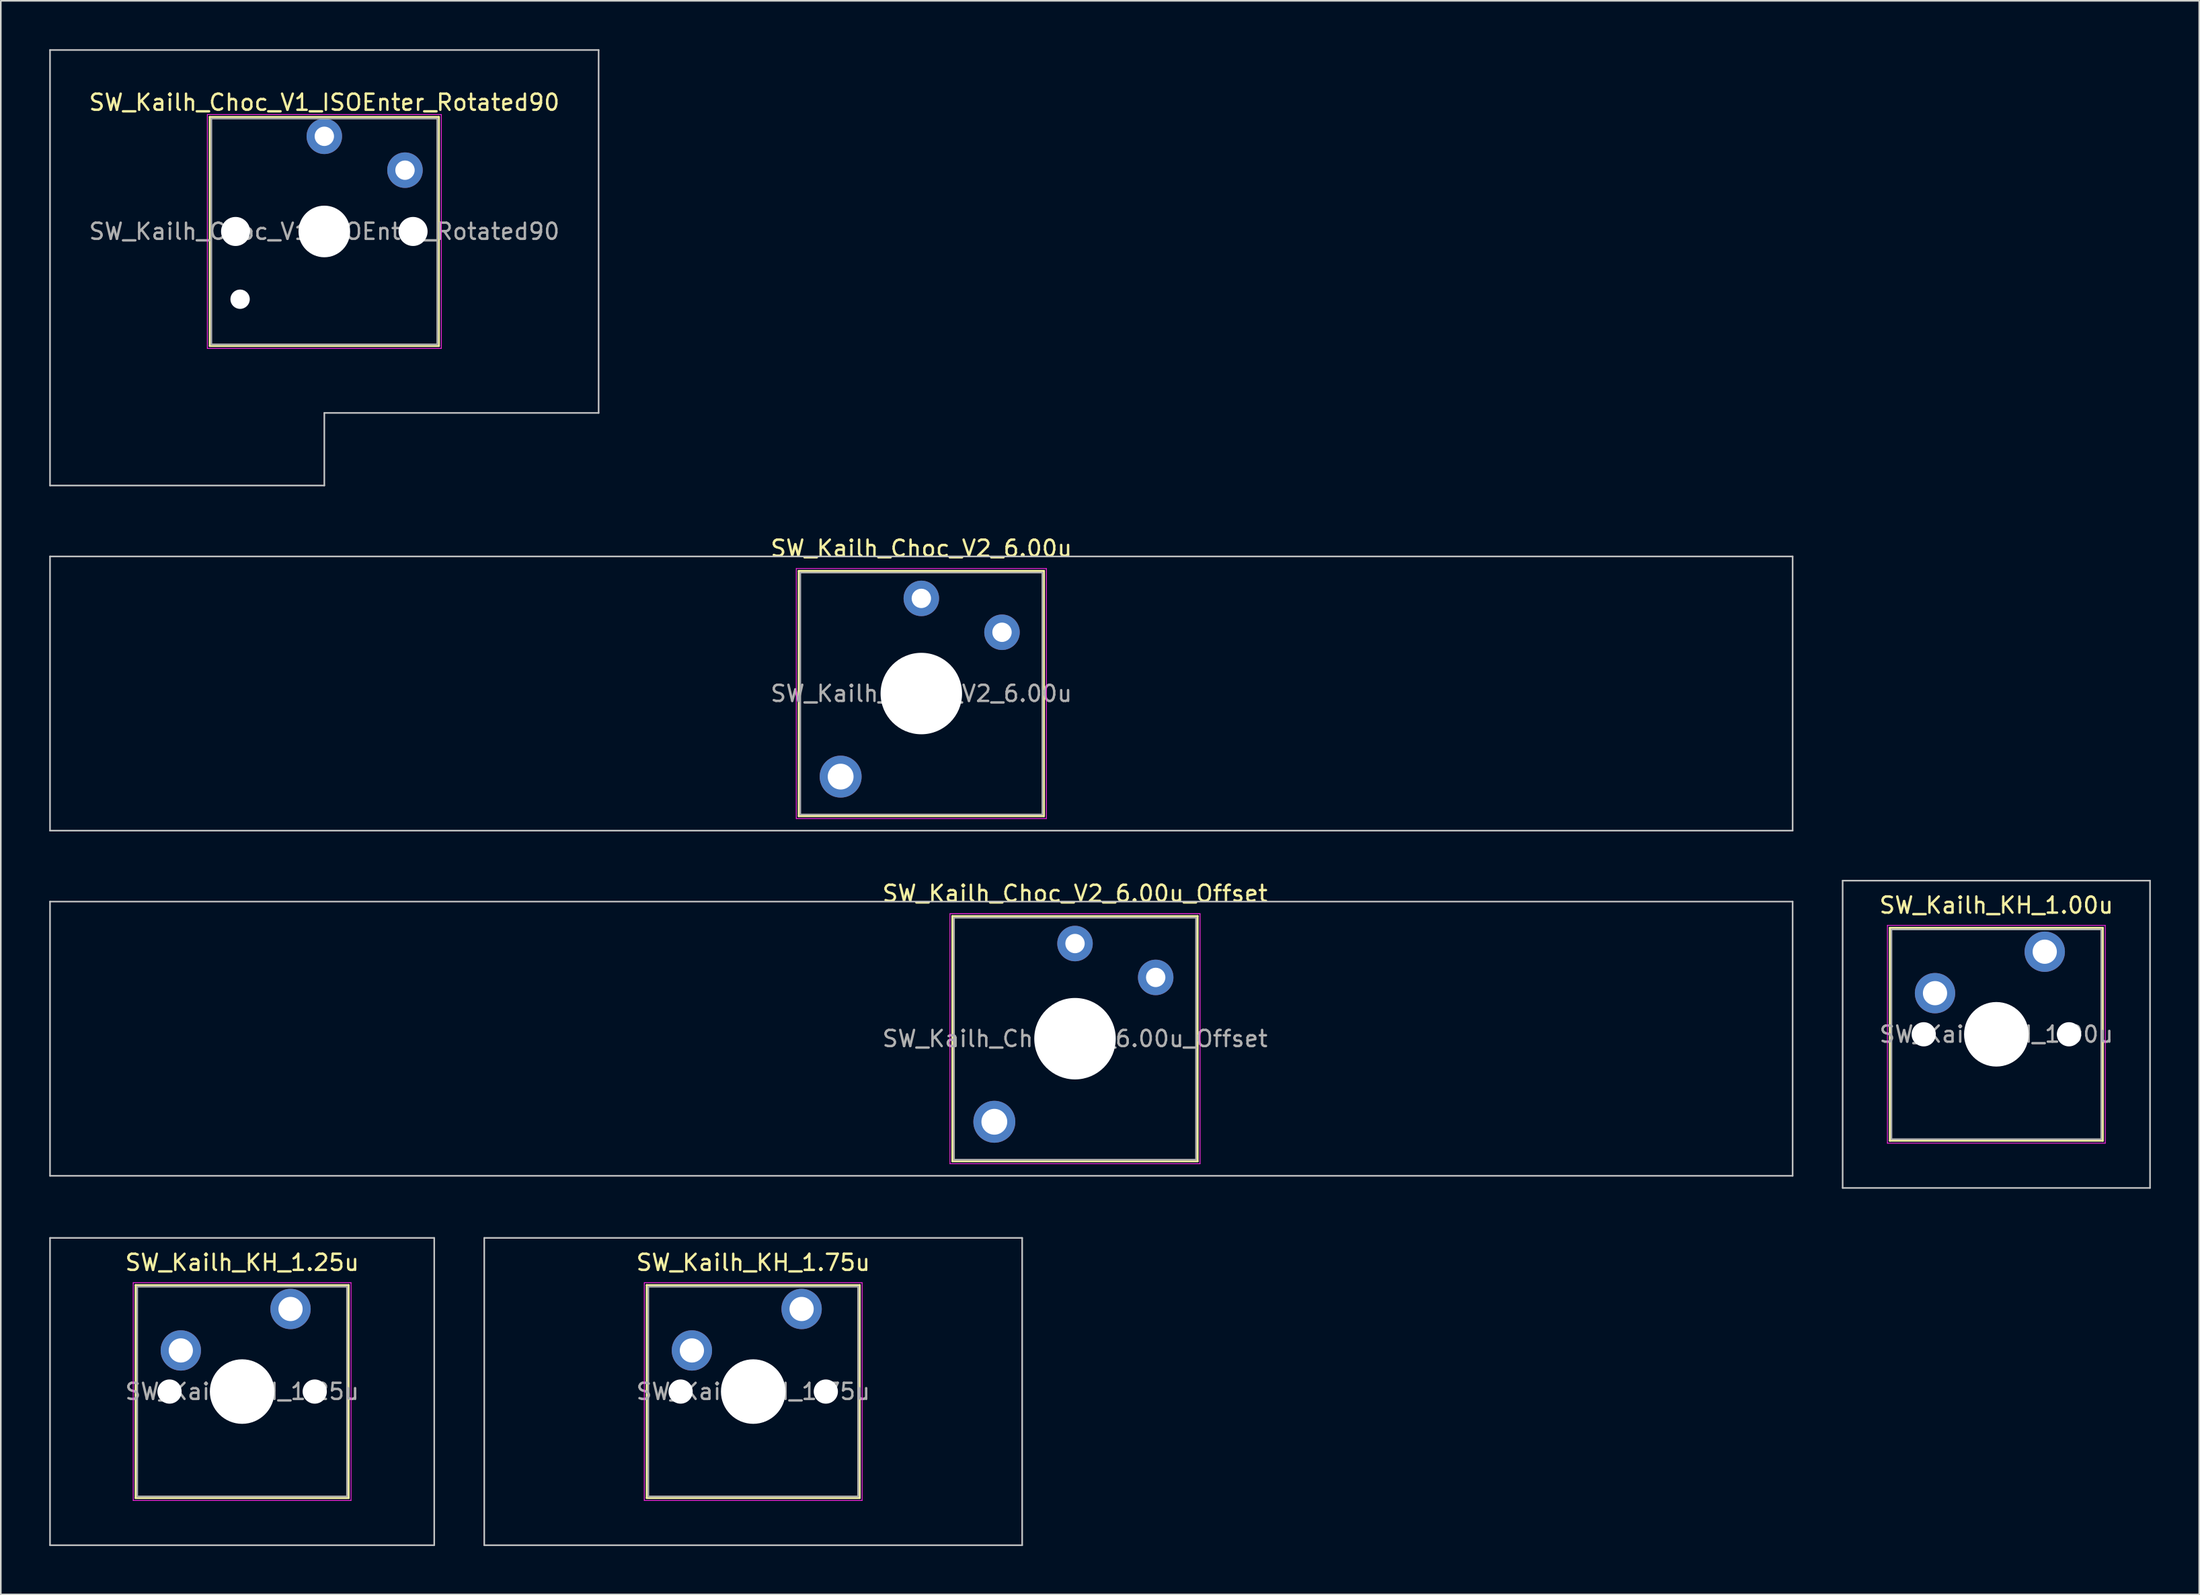
<source format=kicad_pcb>
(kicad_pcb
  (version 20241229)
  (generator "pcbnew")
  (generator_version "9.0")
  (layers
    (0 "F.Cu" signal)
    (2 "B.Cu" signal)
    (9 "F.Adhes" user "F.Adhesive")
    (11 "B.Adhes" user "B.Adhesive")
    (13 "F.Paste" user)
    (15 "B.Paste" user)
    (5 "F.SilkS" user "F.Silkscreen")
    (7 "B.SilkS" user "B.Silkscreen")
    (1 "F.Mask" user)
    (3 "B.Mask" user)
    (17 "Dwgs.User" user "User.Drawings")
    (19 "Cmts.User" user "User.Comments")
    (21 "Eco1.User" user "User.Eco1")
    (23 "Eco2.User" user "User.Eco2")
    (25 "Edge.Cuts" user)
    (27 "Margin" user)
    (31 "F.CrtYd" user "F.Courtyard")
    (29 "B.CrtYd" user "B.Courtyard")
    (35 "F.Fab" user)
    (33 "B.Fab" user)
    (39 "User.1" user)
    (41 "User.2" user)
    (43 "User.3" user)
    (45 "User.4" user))
  (footprint "SW_Kailh_Choc_V1_ISOEnter_Rotated90"
    (layer "F.Cu")
    (at 17.05 11.3)
    (property "Reference" "SW_Kailh_Choc_V1_ISOEnter_Rotated90" (at 0 -8 0) (layer "F.SilkS") (effects (font (size 1 1) (thickness 0.15))))
    (attr through_hole)
    (fp_line (start -7.1 -7.1) (end -7.1 7.1) (stroke (width 0.12) (type solid)) (layer "F.SilkS"))
    (fp_line (start -7.1 7.1) (end 7.1 7.1) (stroke (width 0.12) (type solid)) (layer "F.SilkS"))
    (fp_line (start 7.1 -7.1) (end -7.1 -7.1) (stroke (width 0.12) (type solid)) (layer "F.SilkS"))
    (fp_line (start 7.1 7.1) (end 7.1 -7.1) (stroke (width 0.12) (type solid)) (layer "F.SilkS"))
    (fp_line (start -17 -11.25) (end -17 15.75) (stroke (width 0.1) (type solid)) (layer "Dwgs.User"))
    (fp_line (start -17 15.75) (end 0 15.75) (stroke (width 0.1) (type solid)) (layer "Dwgs.User"))
    (fp_line (start 0 11.25) (end 17 11.25) (stroke (width 0.1) (type solid)) (layer "Dwgs.User"))
    (fp_line (start 0 15.75) (end 0 11.25) (stroke (width 0.1) (type solid)) (layer "Dwgs.User"))
    (fp_line (start 17 -11.25) (end -17 -11.25) (stroke (width 0.1) (type solid)) (layer "Dwgs.User"))
    (fp_line (start 17 11.25) (end 17 -11.25) (stroke (width 0.1) (type solid)) (layer "Dwgs.User"))
    (fp_line (start -7.25 -7.25) (end -7.25 7.25) (stroke (width 0.05) (type solid)) (layer "F.CrtYd"))
    (fp_line (start -7.25 7.25) (end 7.25 7.25) (stroke (width 0.05) (type solid)) (layer "F.CrtYd"))
    (fp_line (start 7.25 -7.25) (end -7.25 -7.25) (stroke (width 0.05) (type solid)) (layer "F.CrtYd"))
    (fp_line (start 7.25 7.25) (end 7.25 -7.25) (stroke (width 0.05) (type solid)) (layer "F.CrtYd"))
    (fp_line (start -7 -7) (end -7 7) (stroke (width 0.1) (type solid)) (layer "F.Fab"))
    (fp_line (start -7 7) (end 7 7) (stroke (width 0.1) (type solid)) (layer "F.Fab"))
    (fp_line (start 7 -7) (end -7 -7) (stroke (width 0.1) (type solid)) (layer "F.Fab"))
    (fp_line (start 7 7) (end 7 -7) (stroke (width 0.1) (type solid)) (layer "F.Fab"))
    (fp_text user "${REFERENCE}" (at 0 0 0) (layer "F.Fab") (effects (font (size 1 1) (thickness 0.15))))
    (pad "" np_thru_hole circle (at -5.5 0) (size 1.8 1.8) (drill 1.8) (layers "*.Cu" "*.Mask"))
    (pad "" np_thru_hole circle (at -5.22 4.2) (size 1.2 1.2) (drill 1.2) (layers "*.Cu" "*.Mask"))
    (pad "" np_thru_hole circle (at 0 0) (size 3.2 3.2) (drill 3.2) (layers "*.Cu" "*.Mask"))
    (pad "" np_thru_hole circle (at 5.5 0) (size 1.8 1.8) (drill 1.8) (layers "*.Cu" "*.Mask"))
    (pad "1" thru_hole circle (at 0 -5.9) (size 2.2 2.2) (drill 1.2) (layers "*.Cu" "B.Mask"))
    (pad "2" thru_hole circle (at 5 -3.8) (size 2.2 2.2) (drill 1.2) (layers "*.Cu" "B.Mask")))
  (footprint "SW_Kailh_Choc_V2_6.00u"
    (layer "F.Cu")
    (at 54.05 39.948)
    (property "Reference" "SW_Kailh_Choc_V2_6.00u" (at 0 -9 0) (layer "F.SilkS") (effects (font (size 1 1) (thickness 0.15))))
    (attr through_hole)
    (fp_line (start -7.6 -7.6) (end -7.6 7.6) (stroke (width 0.12) (type solid)) (layer "F.SilkS"))
    (fp_line (start -7.6 7.6) (end 7.6 7.6) (stroke (width 0.12) (type solid)) (layer "F.SilkS"))
    (fp_line (start 7.6 -7.6) (end -7.6 -7.6) (stroke (width 0.12) (type solid)) (layer "F.SilkS"))
    (fp_line (start 7.6 7.6) (end 7.6 -7.6) (stroke (width 0.12) (type solid)) (layer "F.SilkS"))
    (fp_line (start -54 -8.5) (end -54 8.5) (stroke (width 0.1) (type solid)) (layer "Dwgs.User"))
    (fp_line (start -54 8.5) (end 54 8.5) (stroke (width 0.1) (type solid)) (layer "Dwgs.User"))
    (fp_line (start 54 -8.5) (end -54 -8.5) (stroke (width 0.1) (type solid)) (layer "Dwgs.User"))
    (fp_line (start 54 8.5) (end 54 -8.5) (stroke (width 0.1) (type solid)) (layer "Dwgs.User"))
    (fp_line (start -7.25 -7.25) (end -7.25 7.25) (stroke (width 0.1) (type solid)) (layer "Eco1.User"))
    (fp_line (start -7.25 7.25) (end 7.25 7.25) (stroke (width 0.1) (type solid)) (layer "Eco1.User"))
    (fp_line (start 7.25 -7.25) (end -7.25 -7.25) (stroke (width 0.1) (type solid)) (layer "Eco1.User"))
    (fp_line (start 7.25 7.25) (end 7.25 -7.25) (stroke (width 0.1) (type solid)) (layer "Eco1.User"))
    (fp_line (start -7.75 -7.75) (end -7.75 7.75) (stroke (width 0.05) (type solid)) (layer "F.CrtYd"))
    (fp_line (start -7.75 7.75) (end 7.75 7.75) (stroke (width 0.05) (type solid)) (layer "F.CrtYd"))
    (fp_line (start 7.75 -7.75) (end -7.75 -7.75) (stroke (width 0.05) (type solid)) (layer "F.CrtYd"))
    (fp_line (start 7.75 7.75) (end 7.75 -7.75) (stroke (width 0.05) (type solid)) (layer "F.CrtYd"))
    (fp_line (start -7.5 -7.5) (end -7.5 7.5) (stroke (width 0.1) (type solid)) (layer "F.Fab"))
    (fp_line (start -7.5 7.5) (end 7.5 7.5) (stroke (width 0.1) (type solid)) (layer "F.Fab"))
    (fp_line (start 7.5 -7.5) (end -7.5 -7.5) (stroke (width 0.1) (type solid)) (layer "F.Fab"))
    (fp_line (start 7.5 7.5) (end 7.5 -7.5) (stroke (width 0.1) (type solid)) (layer "F.Fab"))
    (fp_text user "${REFERENCE}" (at 0 0 0) (layer "F.Fab") (effects (font (size 1 1) (thickness 0.15))))
    (pad "" thru_hole circle (at -5 5.15) (size 2.6 2.6) (drill 1.6) (layers "*.Cu" "*.Mask"))
    (pad "" np_thru_hole circle (at 0 0) (size 5.05 5.05) (drill 5.05) (layers "*.Cu" "*.Mask"))
    (pad "1" thru_hole circle (at 0 -5.9) (size 2.2 2.2) (drill 1.2) (layers "*.Cu" "*.Mask"))
    (pad "2" thru_hole circle (at 5 -3.8) (size 2.2 2.2) (drill 1.2) (layers "*.Cu" "*.Mask")))
  (footprint "SW_Kailh_KH_1.75u"
    (layer "F.Cu")
    (at 43.631 83.223)
    (property "Reference" "SW_Kailh_KH_1.75u" (at 0 -8 0) (layer "F.SilkS") (effects (font (size 1 1) (thickness 0.15))))
    (attr through_hole)
    (fp_line (start -6.6 -6.6) (end -6.6 6.6) (stroke (width 0.12) (type solid)) (layer "F.SilkS"))
    (fp_line (start -6.6 6.6) (end 6.6 6.6) (stroke (width 0.12) (type solid)) (layer "F.SilkS"))
    (fp_line (start 6.6 -6.6) (end -6.6 -6.6) (stroke (width 0.12) (type solid)) (layer "F.SilkS"))
    (fp_line (start 6.6 6.6) (end 6.6 -6.6) (stroke (width 0.12) (type solid)) (layer "F.SilkS"))
    (fp_line (start -16.669 -9.525) (end -16.669 9.525) (stroke (width 0.1) (type solid)) (layer "Dwgs.User"))
    (fp_line (start -16.669 9.525) (end 16.669 9.525) (stroke (width 0.1) (type solid)) (layer "Dwgs.User"))
    (fp_line (start 16.669 -9.525) (end -16.669 -9.525) (stroke (width 0.1) (type solid)) (layer "Dwgs.User"))
    (fp_line (start 16.669 9.525) (end 16.669 -9.525) (stroke (width 0.1) (type solid)) (layer "Dwgs.User"))
    (fp_line (start -6.1 -6.1) (end -6.1 6.1) (stroke (width 0.1) (type solid)) (layer "Eco1.User"))
    (fp_line (start -6.1 6.1) (end 6.1 6.1) (stroke (width 0.1) (type solid)) (layer "Eco1.User"))
    (fp_line (start 6.1 -6.1) (end -6.1 -6.1) (stroke (width 0.1) (type solid)) (layer "Eco1.User"))
    (fp_line (start 6.1 6.1) (end 6.1 -6.1) (stroke (width 0.1) (type solid)) (layer "Eco1.User"))
    (fp_line (start -6.75 -6.75) (end -6.75 6.75) (stroke (width 0.05) (type solid)) (layer "F.CrtYd"))
    (fp_line (start -6.75 6.75) (end 6.75 6.75) (stroke (width 0.05) (type solid)) (layer "F.CrtYd"))
    (fp_line (start 6.75 -6.75) (end -6.75 -6.75) (stroke (width 0.05) (type solid)) (layer "F.CrtYd"))
    (fp_line (start 6.75 6.75) (end 6.75 -6.75) (stroke (width 0.05) (type solid)) (layer "F.CrtYd"))
    (fp_line (start -6.5 -6.5) (end -6.5 6.5) (stroke (width 0.1) (type solid)) (layer "F.Fab"))
    (fp_line (start -6.5 6.5) (end 6.5 6.5) (stroke (width 0.1) (type solid)) (layer "F.Fab"))
    (fp_line (start 6.5 -6.5) (end -6.5 -6.5) (stroke (width 0.1) (type solid)) (layer "F.Fab"))
    (fp_line (start 6.5 6.5) (end 6.5 -6.5) (stroke (width 0.1) (type solid)) (layer "F.Fab"))
    (fp_text user "${REFERENCE}" (at 0 0 0) (layer "F.Fab") (effects (font (size 1 1) (thickness 0.15))))
    (pad "" np_thru_hole circle (at -4.5 0) (size 1.5 1.5) (drill 1.5) (layers "*.Cu" "*.Mask"))
    (pad "" np_thru_hole circle (at 0 0) (size 4 4) (drill 4) (layers "*.Cu" "*.Mask"))
    (pad "" np_thru_hole circle (at 4.5 0) (size 1.5 1.5) (drill 1.5) (layers "*.Cu" "*.Mask"))
    (pad "1" thru_hole circle (at -3.8 -2.55) (size 2.5 2.5) (drill 1.5) (layers "*.Cu" "B.Mask"))
    (pad "2" thru_hole circle (at 3 -5.12) (size 2.5 2.5) (drill 1.5) (layers "*.Cu" "B.Mask")))
  (footprint "SW_Kailh_KH_1.00u"
    (layer "F.Cu")
    (at 120.675 61.073)
    (property "Reference" "SW_Kailh_KH_1.00u" (at 0 -8 0) (layer "F.SilkS") (effects (font (size 1 1) (thickness 0.15))))
    (attr through_hole)
    (fp_line (start -6.6 -6.6) (end -6.6 6.6) (stroke (width 0.12) (type solid)) (layer "F.SilkS"))
    (fp_line (start -6.6 6.6) (end 6.6 6.6) (stroke (width 0.12) (type solid)) (layer "F.SilkS"))
    (fp_line (start 6.6 -6.6) (end -6.6 -6.6) (stroke (width 0.12) (type solid)) (layer "F.SilkS"))
    (fp_line (start 6.6 6.6) (end 6.6 -6.6) (stroke (width 0.12) (type solid)) (layer "F.SilkS"))
    (fp_line (start -9.525 -9.525) (end -9.525 9.525) (stroke (width 0.1) (type solid)) (layer "Dwgs.User"))
    (fp_line (start -9.525 9.525) (end 9.525 9.525) (stroke (width 0.1) (type solid)) (layer "Dwgs.User"))
    (fp_line (start 9.525 -9.525) (end -9.525 -9.525) (stroke (width 0.1) (type solid)) (layer "Dwgs.User"))
    (fp_line (start 9.525 9.525) (end 9.525 -9.525) (stroke (width 0.1) (type solid)) (layer "Dwgs.User"))
    (fp_line (start -6.1 -6.1) (end -6.1 6.1) (stroke (width 0.1) (type solid)) (layer "Eco1.User"))
    (fp_line (start -6.1 6.1) (end 6.1 6.1) (stroke (width 0.1) (type solid)) (layer "Eco1.User"))
    (fp_line (start 6.1 -6.1) (end -6.1 -6.1) (stroke (width 0.1) (type solid)) (layer "Eco1.User"))
    (fp_line (start 6.1 6.1) (end 6.1 -6.1) (stroke (width 0.1) (type solid)) (layer "Eco1.User"))
    (fp_line (start -6.75 -6.75) (end -6.75 6.75) (stroke (width 0.05) (type solid)) (layer "F.CrtYd"))
    (fp_line (start -6.75 6.75) (end 6.75 6.75) (stroke (width 0.05) (type solid)) (layer "F.CrtYd"))
    (fp_line (start 6.75 -6.75) (end -6.75 -6.75) (stroke (width 0.05) (type solid)) (layer "F.CrtYd"))
    (fp_line (start 6.75 6.75) (end 6.75 -6.75) (stroke (width 0.05) (type solid)) (layer "F.CrtYd"))
    (fp_line (start -6.5 -6.5) (end -6.5 6.5) (stroke (width 0.1) (type solid)) (layer "F.Fab"))
    (fp_line (start -6.5 6.5) (end 6.5 6.5) (stroke (width 0.1) (type solid)) (layer "F.Fab"))
    (fp_line (start 6.5 -6.5) (end -6.5 -6.5) (stroke (width 0.1) (type solid)) (layer "F.Fab"))
    (fp_line (start 6.5 6.5) (end 6.5 -6.5) (stroke (width 0.1) (type solid)) (layer "F.Fab"))
    (fp_text user "${REFERENCE}" (at 0 0 0) (layer "F.Fab") (effects (font (size 1 1) (thickness 0.15))))
    (pad "" np_thru_hole circle (at -4.5 0) (size 1.5 1.5) (drill 1.5) (layers "*.Cu" "*.Mask"))
    (pad "" np_thru_hole circle (at 0 0) (size 4 4) (drill 4) (layers "*.Cu" "*.Mask"))
    (pad "" np_thru_hole circle (at 4.5 0) (size 1.5 1.5) (drill 1.5) (layers "*.Cu" "*.Mask"))
    (pad "1" thru_hole circle (at -3.8 -2.55) (size 2.5 2.5) (drill 1.5) (layers "*.Cu" "*.Mask"))
    (pad "2" thru_hole circle (at 3 -5.12) (size 2.5 2.5) (drill 1.5) (layers "*.Cu" "*.Mask")))
  (footprint "SW_Kailh_Choc_V2_6.00u_Offset"
    (layer "F.Cu")
    (at 63.575 61.346)
    (property "Reference" "SW_Kailh_Choc_V2_6.00u_Offset" (at 0 -9 0) (layer "F.SilkS") (effects (font (size 1 1) (thickness 0.15))))
    (attr through_hole)
    (fp_line (start -7.6 -7.6) (end -7.6 7.6) (stroke (width 0.12) (type solid)) (layer "F.SilkS"))
    (fp_line (start -7.6 7.6) (end 7.6 7.6) (stroke (width 0.12) (type solid)) (layer "F.SilkS"))
    (fp_line (start 7.6 -7.6) (end -7.6 -7.6) (stroke (width 0.12) (type solid)) (layer "F.SilkS"))
    (fp_line (start 7.6 7.6) (end 7.6 -7.6) (stroke (width 0.12) (type solid)) (layer "F.SilkS"))
    (fp_line (start -63.525 -8.5) (end -63.525 8.5) (stroke (width 0.1) (type solid)) (layer "Dwgs.User"))
    (fp_line (start -63.525 8.5) (end 44.475 8.5) (stroke (width 0.1) (type solid)) (layer "Dwgs.User"))
    (fp_line (start 44.475 -8.5) (end -63.525 -8.5) (stroke (width 0.1) (type solid)) (layer "Dwgs.User"))
    (fp_line (start 44.475 8.5) (end 44.475 -8.5) (stroke (width 0.1) (type solid)) (layer "Dwgs.User"))
    (fp_line (start -7.25 -7.25) (end -7.25 7.25) (stroke (width 0.1) (type solid)) (layer "Eco1.User"))
    (fp_line (start -7.25 7.25) (end 7.25 7.25) (stroke (width 0.1) (type solid)) (layer "Eco1.User"))
    (fp_line (start 7.25 -7.25) (end -7.25 -7.25) (stroke (width 0.1) (type solid)) (layer "Eco1.User"))
    (fp_line (start 7.25 7.25) (end 7.25 -7.25) (stroke (width 0.1) (type solid)) (layer "Eco1.User"))
    (fp_line (start -7.75 -7.75) (end -7.75 7.75) (stroke (width 0.05) (type solid)) (layer "F.CrtYd"))
    (fp_line (start -7.75 7.75) (end 7.75 7.75) (stroke (width 0.05) (type solid)) (layer "F.CrtYd"))
    (fp_line (start 7.75 -7.75) (end -7.75 -7.75) (stroke (width 0.05) (type solid)) (layer "F.CrtYd"))
    (fp_line (start 7.75 7.75) (end 7.75 -7.75) (stroke (width 0.05) (type solid)) (layer "F.CrtYd"))
    (fp_line (start -7.5 -7.5) (end -7.5 7.5) (stroke (width 0.1) (type solid)) (layer "F.Fab"))
    (fp_line (start -7.5 7.5) (end 7.5 7.5) (stroke (width 0.1) (type solid)) (layer "F.Fab"))
    (fp_line (start 7.5 -7.5) (end -7.5 -7.5) (stroke (width 0.1) (type solid)) (layer "F.Fab"))
    (fp_line (start 7.5 7.5) (end 7.5 -7.5) (stroke (width 0.1) (type solid)) (layer "F.Fab"))
    (fp_text user "${REFERENCE}" (at 0 0 0) (layer "F.Fab") (effects (font (size 1 1) (thickness 0.15))))
    (pad "" thru_hole circle (at -5 5.15) (size 2.6 2.6) (drill 1.6) (layers "*.Cu" "*.Mask"))
    (pad "" np_thru_hole circle (at 0 0) (size 5.05 5.05) (drill 5.05) (layers "*.Cu" "*.Mask"))
    (pad "1" thru_hole circle (at 0 -5.9) (size 2.2 2.2) (drill 1.2) (layers "*.Cu" "*.Mask"))
    (pad "2" thru_hole circle (at 5 -3.8) (size 2.2 2.2) (drill 1.2) (layers "*.Cu" "*.Mask")))
  (footprint "SW_Kailh_KH_1.25u"
    (layer "F.Cu")
    (at 11.956 83.223)
    (property "Reference" "SW_Kailh_KH_1.25u" (at 0 -8 0) (layer "F.SilkS") (effects (font (size 1 1) (thickness 0.15))))
    (attr through_hole)
    (fp_line (start -6.6 -6.6) (end -6.6 6.6) (stroke (width 0.12) (type solid)) (layer "F.SilkS"))
    (fp_line (start -6.6 6.6) (end 6.6 6.6) (stroke (width 0.12) (type solid)) (layer "F.SilkS"))
    (fp_line (start 6.6 -6.6) (end -6.6 -6.6) (stroke (width 0.12) (type solid)) (layer "F.SilkS"))
    (fp_line (start 6.6 6.6) (end 6.6 -6.6) (stroke (width 0.12) (type solid)) (layer "F.SilkS"))
    (fp_line (start -11.906 -9.525) (end -11.906 9.525) (stroke (width 0.1) (type solid)) (layer "Dwgs.User"))
    (fp_line (start -11.906 9.525) (end 11.906 9.525) (stroke (width 0.1) (type solid)) (layer "Dwgs.User"))
    (fp_line (start 11.906 -9.525) (end -11.906 -9.525) (stroke (width 0.1) (type solid)) (layer "Dwgs.User"))
    (fp_line (start 11.906 9.525) (end 11.906 -9.525) (stroke (width 0.1) (type solid)) (layer "Dwgs.User"))
    (fp_line (start -6.1 -6.1) (end -6.1 6.1) (stroke (width 0.1) (type solid)) (layer "Eco1.User"))
    (fp_line (start -6.1 6.1) (end 6.1 6.1) (stroke (width 0.1) (type solid)) (layer "Eco1.User"))
    (fp_line (start 6.1 -6.1) (end -6.1 -6.1) (stroke (width 0.1) (type solid)) (layer "Eco1.User"))
    (fp_line (start 6.1 6.1) (end 6.1 -6.1) (stroke (width 0.1) (type solid)) (layer "Eco1.User"))
    (fp_line (start -6.75 -6.75) (end -6.75 6.75) (stroke (width 0.05) (type solid)) (layer "F.CrtYd"))
    (fp_line (start -6.75 6.75) (end 6.75 6.75) (stroke (width 0.05) (type solid)) (layer "F.CrtYd"))
    (fp_line (start 6.75 -6.75) (end -6.75 -6.75) (stroke (width 0.05) (type solid)) (layer "F.CrtYd"))
    (fp_line (start 6.75 6.75) (end 6.75 -6.75) (stroke (width 0.05) (type solid)) (layer "F.CrtYd"))
    (fp_line (start -6.5 -6.5) (end -6.5 6.5) (stroke (width 0.1) (type solid)) (layer "F.Fab"))
    (fp_line (start -6.5 6.5) (end 6.5 6.5) (stroke (width 0.1) (type solid)) (layer "F.Fab"))
    (fp_line (start 6.5 -6.5) (end -6.5 -6.5) (stroke (width 0.1) (type solid)) (layer "F.Fab"))
    (fp_line (start 6.5 6.5) (end 6.5 -6.5) (stroke (width 0.1) (type solid)) (layer "F.Fab"))
    (fp_text user "${REFERENCE}" (at 0 0 0) (layer "F.Fab") (effects (font (size 1 1) (thickness 0.15))))
    (pad "" np_thru_hole circle (at -4.5 0) (size 1.5 1.5) (drill 1.5) (layers "*.Cu" "*.Mask"))
    (pad "" np_thru_hole circle (at 0 0) (size 4 4) (drill 4) (layers "*.Cu" "*.Mask"))
    (pad "" np_thru_hole circle (at 4.5 0) (size 1.5 1.5) (drill 1.5) (layers "*.Cu" "*.Mask"))
    (pad "1" thru_hole circle (at -3.8 -2.55) (size 2.5 2.5) (drill 1.5) (layers "*.Cu" "*.Mask"))
    (pad "2" thru_hole circle (at 3 -5.12) (size 2.5 2.5) (drill 1.5) (layers "*.Cu" "*.Mask")))
  (gr_rect
    (start -3 -3)
    (end 133.25 95.798)
    (stroke (width 0.1) (type default))
    (fill no)
    (layer "Edge.Cuts")))
</source>
